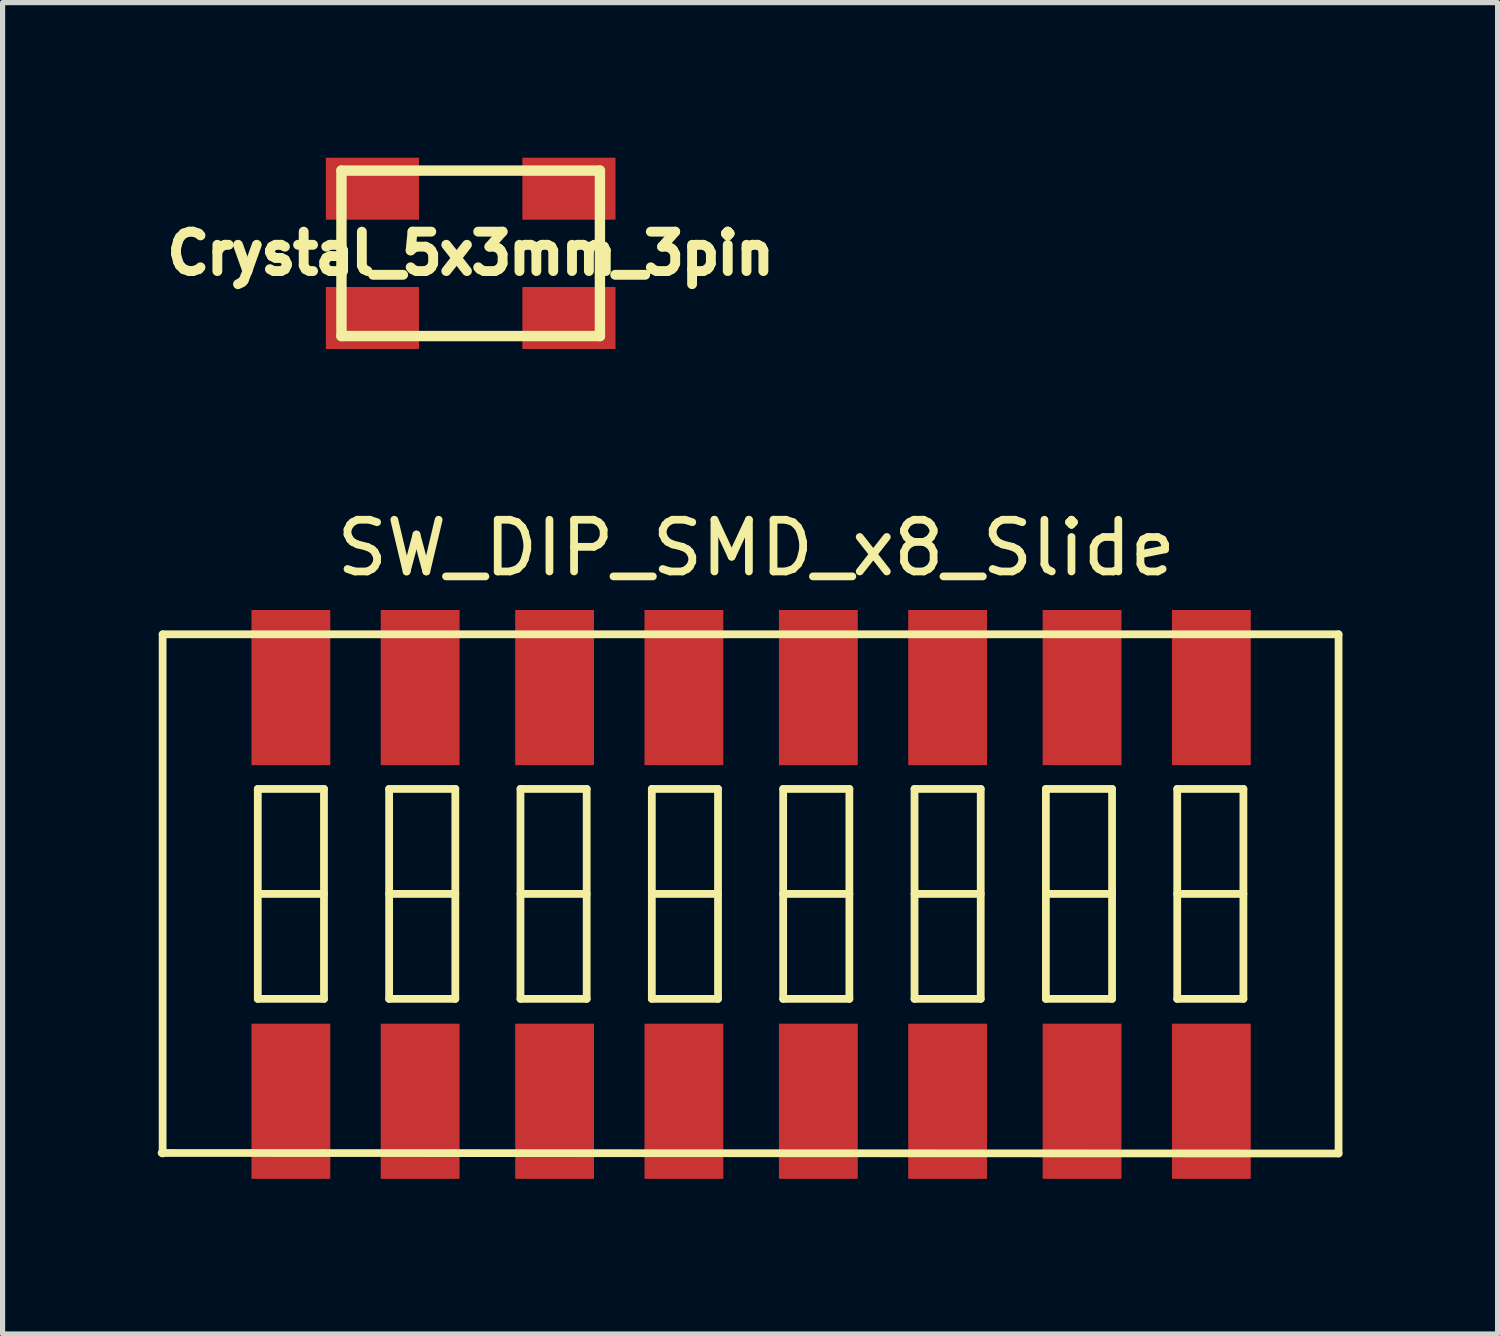
<source format=kicad_pcb>
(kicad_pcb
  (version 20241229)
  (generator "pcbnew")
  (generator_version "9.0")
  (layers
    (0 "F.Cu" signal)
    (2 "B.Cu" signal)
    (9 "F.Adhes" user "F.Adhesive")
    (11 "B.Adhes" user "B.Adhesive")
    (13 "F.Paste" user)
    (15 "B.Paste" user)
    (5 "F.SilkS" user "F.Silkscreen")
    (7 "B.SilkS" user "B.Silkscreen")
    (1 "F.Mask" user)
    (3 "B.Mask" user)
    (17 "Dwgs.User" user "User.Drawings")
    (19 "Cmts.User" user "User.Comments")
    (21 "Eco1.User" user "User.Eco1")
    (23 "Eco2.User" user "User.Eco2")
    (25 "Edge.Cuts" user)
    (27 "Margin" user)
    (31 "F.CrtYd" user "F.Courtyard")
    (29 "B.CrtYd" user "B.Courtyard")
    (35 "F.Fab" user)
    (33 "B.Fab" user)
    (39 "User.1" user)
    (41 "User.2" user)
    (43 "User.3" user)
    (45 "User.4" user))
  (footprint "Crystal_5x3mm_3pin"
    (layer "F.Cu")
    (at 6.052 1.849)
    (property "Reference" "Crystal_5x3mm_3pin" (at 0 0 0) (layer "F.SilkS") (effects (font (size 0.762 0.762) (thickness 0.191))))
    (attr through_hole)
    (fp_line (start -2.499 -1.6) (end 2.499 -1.6) (stroke (width 0.201) (type solid)) (layer "F.SilkS"))
    (fp_line (start -2.499 1.6) (end -2.499 -1.6) (stroke (width 0.201) (type solid)) (layer "F.SilkS"))
    (fp_line (start 2.499 -1.6) (end 2.499 1.6) (stroke (width 0.201) (type solid)) (layer "F.SilkS"))
    (fp_line (start 2.499 1.6) (end -2.499 1.6) (stroke (width 0.201) (type solid)) (layer "F.SilkS"))
    (pad "1" smd rect (at -1.9 1.25) (size 1.801 1.199) (layers "F.Cu" "F.Mask" "F.Paste"))
    (pad "2" smd rect (at 1.9 -1.25) (size 1.801 1.199) (layers "F.Cu" "F.Mask" "F.Paste"))
    (pad "3" smd rect (at -1.9 -1.25) (size 1.801 1.199) (layers "F.Cu" "F.Mask" "F.Paste"))
    (pad "3" smd rect (at 1.9 1.25) (size 1.801 1.199) (layers "F.Cu" "F.Mask" "F.Paste")))
  (footprint "SW_DIP_SMD_x8_Slide"
    (layer "F.Cu")
    (at 2.575 18.146)
    (property "Reference" "SW_DIP_SMD_x8_Slide" (at 9 -10.6 0) (layer "F.SilkS") (effects (font (size 1 1) (thickness 0.15))))
    (attr through_hole)
    (fp_line (start -2.48 -8.93) (end 20.26 -8.93) (stroke (width 0.15) (type solid)) (layer "F.SilkS"))
    (fp_line (start -2.48 1.11) (end -2.48 -8.93) (stroke (width 0.15) (type solid)) (layer "F.SilkS"))
    (fp_line (start -0.64 -5.94) (end -0.64 -1.88) (stroke (width 0.15) (type solid)) (layer "F.SilkS"))
    (fp_line (start -0.64 -3.91) (end 0.64 -3.91) (stroke (width 0.15) (type solid)) (layer "F.SilkS"))
    (fp_line (start -0.64 -1.88) (end 0.64 -1.88) (stroke (width 0.15) (type solid)) (layer "F.SilkS"))
    (fp_line (start 0.64 -5.94) (end -0.64 -5.94) (stroke (width 0.15) (type solid)) (layer "F.SilkS"))
    (fp_line (start 0.64 -1.88) (end 0.64 -5.94) (stroke (width 0.15) (type solid)) (layer "F.SilkS"))
    (fp_line (start 1.9 -5.94) (end 1.9 -1.88) (stroke (width 0.15) (type solid)) (layer "F.SilkS"))
    (fp_line (start 1.9 -3.91) (end 3.18 -3.91) (stroke (width 0.15) (type solid)) (layer "F.SilkS"))
    (fp_line (start 1.9 -1.88) (end 3.18 -1.88) (stroke (width 0.15) (type solid)) (layer "F.SilkS"))
    (fp_line (start 3.18 -5.94) (end 1.9 -5.94) (stroke (width 0.15) (type solid)) (layer "F.SilkS"))
    (fp_line (start 3.18 -1.88) (end 3.18 -5.94) (stroke (width 0.15) (type solid)) (layer "F.SilkS"))
    (fp_line (start 4.44 -5.94) (end 4.44 -1.88) (stroke (width 0.15) (type solid)) (layer "F.SilkS"))
    (fp_line (start 4.44 -3.91) (end 5.72 -3.91) (stroke (width 0.15) (type solid)) (layer "F.SilkS"))
    (fp_line (start 4.44 -1.88) (end 5.72 -1.88) (stroke (width 0.15) (type solid)) (layer "F.SilkS"))
    (fp_line (start 5.72 -5.94) (end 4.44 -5.94) (stroke (width 0.15) (type solid)) (layer "F.SilkS"))
    (fp_line (start 5.72 -1.88) (end 5.72 -5.94) (stroke (width 0.15) (type solid)) (layer "F.SilkS"))
    (fp_line (start 6.98 -5.94) (end 6.98 -1.88) (stroke (width 0.15) (type solid)) (layer "F.SilkS"))
    (fp_line (start 6.98 -3.91) (end 8.26 -3.91) (stroke (width 0.15) (type solid)) (layer "F.SilkS"))
    (fp_line (start 6.98 -1.88) (end 8.26 -1.88) (stroke (width 0.15) (type solid)) (layer "F.SilkS"))
    (fp_line (start 8.26 -5.94) (end 6.98 -5.94) (stroke (width 0.15) (type solid)) (layer "F.SilkS"))
    (fp_line (start 8.26 -1.88) (end 8.26 -5.94) (stroke (width 0.15) (type solid)) (layer "F.SilkS"))
    (fp_line (start 9.52 -5.94) (end 9.52 -1.88) (stroke (width 0.15) (type solid)) (layer "F.SilkS"))
    (fp_line (start 9.52 -3.91) (end 10.8 -3.91) (stroke (width 0.15) (type solid)) (layer "F.SilkS"))
    (fp_line (start 9.52 -1.88) (end 10.8 -1.88) (stroke (width 0.15) (type solid)) (layer "F.SilkS"))
    (fp_line (start 10.8 -5.94) (end 9.52 -5.94) (stroke (width 0.15) (type solid)) (layer "F.SilkS"))
    (fp_line (start 10.8 -1.88) (end 10.8 -5.94) (stroke (width 0.15) (type solid)) (layer "F.SilkS"))
    (fp_line (start 12.06 -5.94) (end 12.06 -1.88) (stroke (width 0.15) (type solid)) (layer "F.SilkS"))
    (fp_line (start 12.06 -3.91) (end 13.34 -3.91) (stroke (width 0.15) (type solid)) (layer "F.SilkS"))
    (fp_line (start 12.06 -1.88) (end 13.34 -1.88) (stroke (width 0.15) (type solid)) (layer "F.SilkS"))
    (fp_line (start 13.34 -5.94) (end 12.06 -5.94) (stroke (width 0.15) (type solid)) (layer "F.SilkS"))
    (fp_line (start 13.34 -1.88) (end 13.34 -5.94) (stroke (width 0.15) (type solid)) (layer "F.SilkS"))
    (fp_line (start 14.6 -5.94) (end 14.6 -1.88) (stroke (width 0.15) (type solid)) (layer "F.SilkS"))
    (fp_line (start 14.6 -3.91) (end 15.88 -3.91) (stroke (width 0.15) (type solid)) (layer "F.SilkS"))
    (fp_line (start 14.6 -1.88) (end 15.88 -1.88) (stroke (width 0.15) (type solid)) (layer "F.SilkS"))
    (fp_line (start 15.88 -5.94) (end 14.6 -5.94) (stroke (width 0.15) (type solid)) (layer "F.SilkS"))
    (fp_line (start 15.88 -1.88) (end 15.88 -5.94) (stroke (width 0.15) (type solid)) (layer "F.SilkS"))
    (fp_line (start 17.14 -5.94) (end 17.14 -1.88) (stroke (width 0.15) (type solid)) (layer "F.SilkS"))
    (fp_line (start 17.14 -3.91) (end 18.42 -3.91) (stroke (width 0.15) (type solid)) (layer "F.SilkS"))
    (fp_line (start 17.14 -1.88) (end 18.42 -1.88) (stroke (width 0.15) (type solid)) (layer "F.SilkS"))
    (fp_line (start 18.42 -5.94) (end 17.14 -5.94) (stroke (width 0.15) (type solid)) (layer "F.SilkS"))
    (fp_line (start 18.42 -1.88) (end 18.42 -5.94) (stroke (width 0.15) (type solid)) (layer "F.SilkS"))
    (fp_line (start 20.26 -8.93) (end 20.26 1.11) (stroke (width 0.15) (type solid)) (layer "F.SilkS"))
    (fp_line (start 20.26 1.11) (end -2.5 1.1) (stroke (width 0.15) (type solid)) (layer "F.SilkS"))
    (pad "1" smd rect (at 0 0.1) (size 1.524 3) (layers "F.Cu" "F.Mask" "F.Paste"))
    (pad "2" smd rect (at 2.5 0.1) (size 1.524 3) (layers "F.Cu" "F.Mask" "F.Paste"))
    (pad "3" smd rect (at 5.1 0.1) (size 1.524 3) (layers "F.Cu" "F.Mask" "F.Paste"))
    (pad "4" smd rect (at 7.6 0.1) (size 1.524 3) (layers "F.Cu" "F.Mask" "F.Paste"))
    (pad "5" smd rect (at 12.7 0.1) (size 1.524 3) (layers "F.Cu" "F.Mask" "F.Paste"))
    (pad "6" smd rect (at 10.2 0.1) (size 1.524 3) (layers "F.Cu" "F.Mask" "F.Paste"))
    (pad "7" smd rect (at 15.3 0.1) (size 1.524 3) (layers "F.Cu" "F.Mask" "F.Paste"))
    (pad "8" smd rect (at 17.8 0.1) (size 1.524 3) (layers "F.Cu" "F.Mask" "F.Paste"))
    (pad "9" smd rect (at 17.8 -7.9) (size 1.524 3) (layers "F.Cu" "F.Mask" "F.Paste"))
    (pad "10" smd rect (at 15.3 -7.9) (size 1.524 3) (layers "F.Cu" "F.Mask" "F.Paste"))
    (pad "11" smd rect (at 12.7 -7.9) (size 1.524 3) (layers "F.Cu" "F.Mask" "F.Paste"))
    (pad "12" smd rect (at 10.2 -7.9) (size 1.524 3) (layers "F.Cu" "F.Mask" "F.Paste"))
    (pad "13" smd rect (at 7.6 -7.9) (size 1.524 3) (layers "F.Cu" "F.Mask" "F.Paste"))
    (pad "14" smd rect (at 5.1 -7.9) (size 1.524 3) (layers "F.Cu" "F.Mask" "F.Paste"))
    (pad "15" smd rect (at 2.5 -7.9) (size 1.524 3) (layers "F.Cu" "F.Mask" "F.Paste"))
    (pad "16" smd rect (at 0 -7.9) (size 1.524 3) (layers "F.Cu" "F.Mask" "F.Paste")))
  (gr_rect
    (start -3 -3)
    (end 25.91 22.746)
    (stroke (width 0.1) (type default))
    (fill no)
    (layer "Edge.Cuts")))
</source>
